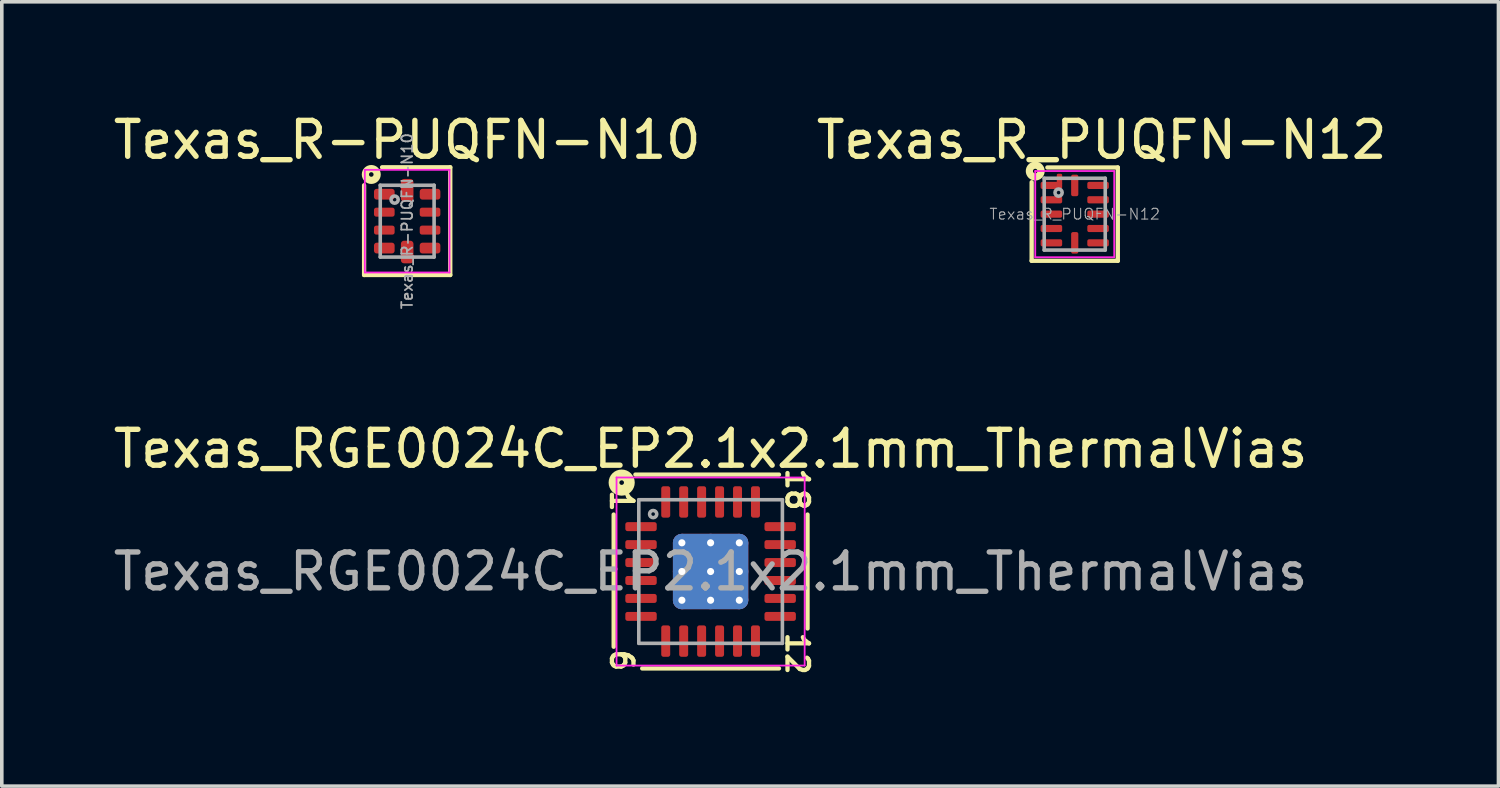
<source format=kicad_pcb>
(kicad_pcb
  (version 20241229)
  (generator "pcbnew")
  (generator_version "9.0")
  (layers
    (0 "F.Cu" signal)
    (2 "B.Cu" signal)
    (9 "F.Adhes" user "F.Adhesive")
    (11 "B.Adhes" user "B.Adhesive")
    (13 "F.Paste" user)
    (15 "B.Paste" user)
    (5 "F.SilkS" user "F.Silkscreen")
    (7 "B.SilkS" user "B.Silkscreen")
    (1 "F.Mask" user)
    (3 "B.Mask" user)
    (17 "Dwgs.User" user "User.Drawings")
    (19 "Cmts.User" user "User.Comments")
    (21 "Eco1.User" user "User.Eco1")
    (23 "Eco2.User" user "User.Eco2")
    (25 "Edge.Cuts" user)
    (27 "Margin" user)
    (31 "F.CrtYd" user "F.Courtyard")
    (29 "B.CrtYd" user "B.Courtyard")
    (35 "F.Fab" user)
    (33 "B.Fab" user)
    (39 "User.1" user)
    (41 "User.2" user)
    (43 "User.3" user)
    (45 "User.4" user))
  (footprint "Texas_R_PUQFN-N12"
    (layer "F.Cu")
    (at 26.887 2.915)
    (property "Reference" "Texas_R_PUQFN-N12" (at 0.75 -2.067 0) (layer "F.SilkS") (effects (font (size 1 1) (thickness 0.15))))
    (attr smd)
    (fp_line (start -1.2 -0.889) (end -1.2 1.3) (stroke (width 0.12) (type solid)) (layer "F.SilkS"))
    (fp_line (start -1.2 1.3) (end 1.2 1.3) (stroke (width 0.12) (type solid)) (layer "F.SilkS"))
    (fp_line (start 1.2 -1.3) (end -0.762 -1.3) (stroke (width 0.12) (type solid)) (layer "F.SilkS"))
    (fp_line (start 1.2 1.3) (end 1.2 -1.3) (stroke (width 0.12) (type solid)) (layer "F.SilkS"))
    (fp_circle (center -1.1 -1.2) (end -1.036 -1.2) (stroke (width 0.2) (type solid)) (fill no) (layer "F.SilkS"))
    (fp_line (start -1.1 -1.2) (end 1.1 -1.2) (stroke (width 0.05) (type solid)) (layer "F.CrtYd"))
    (fp_line (start -1.1 1.2) (end -1.1 -1.2) (stroke (width 0.05) (type solid)) (layer "F.CrtYd"))
    (fp_line (start 1.1 -1.2) (end 1.1 1.2) (stroke (width 0.05) (type solid)) (layer "F.CrtYd"))
    (fp_line (start 1.1 1.2) (end -1.1 1.2) (stroke (width 0.05) (type solid)) (layer "F.CrtYd"))
    (fp_line (start -0.85 -1) (end 0.85 -1) (stroke (width 0.1) (type solid)) (layer "F.Fab"))
    (fp_line (start -0.85 1) (end -0.85 -1) (stroke (width 0.1) (type solid)) (layer "F.Fab"))
    (fp_line (start 0.85 -1) (end 0.85 1) (stroke (width 0.1) (type solid)) (layer "F.Fab"))
    (fp_line (start 0.85 1) (end -0.85 1) (stroke (width 0.1) (type solid)) (layer "F.Fab"))
    (fp_circle (center -0.45 -0.6) (end -0.35 -0.6) (stroke (width 0.1) (type solid)) (fill no) (layer "F.Fab"))
    (fp_text user "${REFERENCE}" (at 0 0 0) (layer "F.Fab") (effects (font (size 0.3 0.3) (thickness 0.03))))
    (pad "1" smd roundrect (at -0.65 -0.8 270) (size 0.2 0.6) (layers "F.Cu" "F.Mask" "F.Paste") (roundrect_rratio 0.25))
    (pad "1" smd roundrect (at -0.425 -0.975) (size 0.15 0.3) (layers "F.Cu" "F.Mask" "F.Paste") (roundrect_rratio 0.25))
    (pad "2" smd roundrect (at -0.65 -0.4 270) (size 0.2 0.6) (layers "F.Cu" "F.Mask" "F.Paste") (roundrect_rratio 0.25))
    (pad "3" smd roundrect (at -0.65 0 270) (size 0.2 0.6) (layers "F.Cu" "F.Mask" "F.Paste") (roundrect_rratio 0.25))
    (pad "4" smd roundrect (at -0.65 0.4 270) (size 0.2 0.6) (layers "F.Cu" "F.Mask" "F.Paste") (roundrect_rratio 0.25))
    (pad "5" smd roundrect (at -0.65 0.8 270) (size 0.2 0.6) (layers "F.Cu" "F.Mask" "F.Paste") (roundrect_rratio 0.25))
    (pad "6" smd roundrect (at 0 0.8 270) (size 0.6 0.2) (layers "F.Cu" "F.Mask" "F.Paste") (roundrect_rratio 0.25))
    (pad "7" smd roundrect (at 0.65 0.8 270) (size 0.2 0.6) (layers "F.Cu" "F.Mask" "F.Paste") (roundrect_rratio 0.25))
    (pad "8" smd roundrect (at 0.65 0.4 270) (size 0.2 0.6) (layers "F.Cu" "F.Mask" "F.Paste") (roundrect_rratio 0.25))
    (pad "9" smd roundrect (at 0.65 0 270) (size 0.2 0.6) (layers "F.Cu" "F.Mask" "F.Paste") (roundrect_rratio 0.25))
    (pad "10" smd roundrect (at 0.65 -0.4 270) (size 0.2 0.6) (layers "F.Cu" "F.Mask" "F.Paste") (roundrect_rratio 0.25))
    (pad "11" smd roundrect (at 0.65 -0.8 270) (size 0.2 0.6) (layers "F.Cu" "F.Mask" "F.Paste") (roundrect_rratio 0.25))
    (pad "12" smd roundrect (at 0 -0.8 270) (size 0.6 0.2) (layers "F.Cu" "F.Mask" "F.Paste") (roundrect_rratio 0.25)))
  (footprint "Texas_RGE0024C_EP2.1x2.1mm_ThermalVias"
    (layer "F.Cu")
    (at 16.744 12.87)
    (property "Reference" "Texas_RGE0024C_EP2.1x2.1mm_ThermalVias" (at 0 -3.417 0) (layer "F.SilkS") (effects (font (size 1 1) (thickness 0.15))))
    (attr smd)
    (fp_line (start -2.7 -1.587) (end -2.7 2.095) (stroke (width 0.12) (type solid)) (layer "F.SilkS"))
    (fp_line (start -1.905 2.7) (end 1.905 2.7) (stroke (width 0.12) (type solid)) (layer "F.SilkS"))
    (fp_line (start 1.905 -2.7) (end -2.095 -2.7) (stroke (width 0.12) (type solid)) (layer "F.SilkS"))
    (fp_line (start 2.7 1.587) (end 2.7 -1.587) (stroke (width 0.12) (type solid)) (layer "F.SilkS"))
    (fp_circle (center -2.477 -2.477) (end -2.413 -2.477) (stroke (width 0.3) (type solid)) (fill no) (layer "F.SilkS"))
    (fp_line (start -2.62 -2.62) (end -2.62 2.62) (stroke (width 0.05) (type solid)) (layer "F.CrtYd"))
    (fp_line (start -2.62 2.62) (end 2.62 2.62) (stroke (width 0.05) (type solid)) (layer "F.CrtYd"))
    (fp_line (start 2.62 -2.62) (end -2.62 -2.62) (stroke (width 0.05) (type solid)) (layer "F.CrtYd"))
    (fp_line (start 2.62 2.62) (end 2.62 -2.62) (stroke (width 0.05) (type solid)) (layer "F.CrtYd"))
    (fp_line (start -2 -2) (end 2 -2) (stroke (width 0.1) (type solid)) (layer "F.Fab"))
    (fp_line (start -2 2) (end -2 -2) (stroke (width 0.1) (type solid)) (layer "F.Fab"))
    (fp_line (start 2 -2) (end 2 2) (stroke (width 0.1) (type solid)) (layer "F.Fab"))
    (fp_line (start 2 2) (end -2 2) (stroke (width 0.1) (type solid)) (layer "F.Fab"))
    (fp_circle (center -1.6 -1.6) (end -1.5 -1.6) (stroke (width 0.1) (type solid)) (fill no) (layer "F.Fab"))
    (fp_text user "1" (at -2.477 -1.968 270) (unlocked yes) (layer "F.SilkS") (effects (font (size 0.6 0.6) (thickness 0.12))))
    (fp_text user "12" (at 2.413 2.286 270) (unlocked yes) (layer "F.SilkS") (effects (font (size 0.6 0.6) (thickness 0.12))))
    (fp_text user "18" (at 2.413 -2.286 270) (unlocked yes) (layer "F.SilkS") (effects (font (size 0.6 0.6) (thickness 0.12))))
    (fp_text user "6" (at -2.477 2.477 270) (unlocked yes) (layer "F.SilkS") (effects (font (size 0.6 0.6) (thickness 0.12))))
    (fp_text user "${REFERENCE}" (at 0 0 0) (layer "F.Fab") (effects (font (size 1 1) (thickness 0.15))))
    (pad "" smd roundrect (at -0.525 -0.525) (size 0.85 0.85) (layers "F.Paste") (roundrect_rratio 0.25))
    (pad "" smd roundrect (at -0.525 0.525) (size 0.85 0.85) (layers "F.Paste") (roundrect_rratio 0.25))
    (pad "" smd roundrect (at 0.525 -0.525) (size 0.85 0.85) (layers "F.Paste") (roundrect_rratio 0.25))
    (pad "" smd roundrect (at 0.525 0.525) (size 0.85 0.85) (layers "F.Paste") (roundrect_rratio 0.25))
    (pad "1" smd roundrect (at -1.938 -1.25) (size 0.875 0.25) (layers "F.Cu" "F.Mask" "F.Paste") (roundrect_rratio 0.25))
    (pad "2" smd roundrect (at -1.938 -0.75) (size 0.875 0.25) (layers "F.Cu" "F.Mask" "F.Paste") (roundrect_rratio 0.25))
    (pad "3" smd roundrect (at -1.938 -0.25) (size 0.875 0.25) (layers "F.Cu" "F.Mask" "F.Paste") (roundrect_rratio 0.25))
    (pad "4" smd roundrect (at -1.938 0.25) (size 0.875 0.25) (layers "F.Cu" "F.Mask" "F.Paste") (roundrect_rratio 0.25))
    (pad "5" smd roundrect (at -1.938 0.75) (size 0.875 0.25) (layers "F.Cu" "F.Mask" "F.Paste") (roundrect_rratio 0.25))
    (pad "6" smd roundrect (at -1.938 1.25) (size 0.875 0.25) (layers "F.Cu" "F.Mask" "F.Paste") (roundrect_rratio 0.25))
    (pad "7" smd roundrect (at -1.25 1.938) (size 0.25 0.875) (layers "F.Cu" "F.Mask" "F.Paste") (roundrect_rratio 0.25))
    (pad "8" smd roundrect (at -0.75 1.938) (size 0.25 0.875) (layers "F.Cu" "F.Mask" "F.Paste") (roundrect_rratio 0.25))
    (pad "9" smd roundrect (at -0.25 1.938) (size 0.25 0.875) (layers "F.Cu" "F.Mask" "F.Paste") (roundrect_rratio 0.25))
    (pad "10" smd roundrect (at 0.25 1.938) (size 0.25 0.875) (layers "F.Cu" "F.Mask" "F.Paste") (roundrect_rratio 0.25))
    (pad "11" smd roundrect (at 0.75 1.938) (size 0.25 0.875) (layers "F.Cu" "F.Mask" "F.Paste") (roundrect_rratio 0.25))
    (pad "12" smd roundrect (at 1.25 1.938) (size 0.25 0.875) (layers "F.Cu" "F.Mask" "F.Paste") (roundrect_rratio 0.25))
    (pad "13" smd roundrect (at 1.938 1.25) (size 0.875 0.25) (layers "F.Cu" "F.Mask" "F.Paste") (roundrect_rratio 0.25))
    (pad "14" smd roundrect (at 1.938 0.75) (size 0.875 0.25) (layers "F.Cu" "F.Mask" "F.Paste") (roundrect_rratio 0.25))
    (pad "15" smd roundrect (at 1.938 0.25) (size 0.875 0.25) (layers "F.Cu" "F.Mask" "F.Paste") (roundrect_rratio 0.25))
    (pad "16" smd roundrect (at 1.938 -0.25) (size 0.875 0.25) (layers "F.Cu" "F.Mask" "F.Paste") (roundrect_rratio 0.25))
    (pad "17" smd roundrect (at 1.938 -0.75) (size 0.875 0.25) (layers "F.Cu" "F.Mask" "F.Paste") (roundrect_rratio 0.25))
    (pad "18" smd roundrect (at 1.938 -1.25) (size 0.875 0.25) (layers "F.Cu" "F.Mask" "F.Paste") (roundrect_rratio 0.25))
    (pad "19" smd roundrect (at 1.25 -1.938) (size 0.25 0.875) (layers "F.Cu" "F.Mask" "F.Paste") (roundrect_rratio 0.25))
    (pad "20" smd roundrect (at 0.75 -1.938) (size 0.25 0.875) (layers "F.Cu" "F.Mask" "F.Paste") (roundrect_rratio 0.25))
    (pad "21" smd roundrect (at 0.25 -1.938) (size 0.25 0.875) (layers "F.Cu" "F.Mask" "F.Paste") (roundrect_rratio 0.25))
    (pad "22" smd roundrect (at -0.25 -1.938) (size 0.25 0.875) (layers "F.Cu" "F.Mask" "F.Paste") (roundrect_rratio 0.25))
    (pad "23" smd roundrect (at -0.75 -1.938) (size 0.25 0.875) (layers "F.Cu" "F.Mask" "F.Paste") (roundrect_rratio 0.25))
    (pad "24" smd roundrect (at -1.25 -1.938) (size 0.25 0.875) (layers "F.Cu" "F.Mask" "F.Paste") (roundrect_rratio 0.25))
    (pad "25" thru_hole circle (at -0.8 -0.8) (size 0.5 0.5) (drill 0.2) (property pad_prop_heatsink) (layers "*.Cu"))
    (pad "25" thru_hole circle (at -0.8 0) (size 0.5 0.5) (drill 0.2) (property pad_prop_heatsink) (layers "*.Cu"))
    (pad "25" thru_hole circle (at -0.8 0.8) (size 0.5 0.5) (drill 0.2) (property pad_prop_heatsink) (layers "*.Cu"))
    (pad "25" thru_hole circle (at 0 -0.8) (size 0.5 0.5) (drill 0.2) (property pad_prop_heatsink) (layers "*.Cu"))
    (pad "25" thru_hole circle (at 0 0) (size 0.5 0.5) (drill 0.2) (property pad_prop_heatsink) (layers "*.Cu"))
    (pad "25" smd roundrect (at 0 0) (size 2.1 2.1) (layers "F.Cu" "F.Mask") (roundrect_rratio 0.119))
    (pad "25" smd roundrect (at 0 0) (size 2.1 2.1) (layers "B.Cu" "B.Mask") (roundrect_rratio 0.119))
    (pad "25" thru_hole circle (at 0 0.8) (size 0.5 0.5) (drill 0.2) (property pad_prop_heatsink) (layers "*.Cu"))
    (pad "25" thru_hole circle (at 0.8 -0.8) (size 0.5 0.5) (drill 0.2) (property pad_prop_heatsink) (layers "*.Cu"))
    (pad "25" thru_hole circle (at 0.8 0) (size 0.5 0.5) (drill 0.2) (property pad_prop_heatsink) (layers "*.Cu"))
    (pad "25" thru_hole circle (at 0.8 0.8) (size 0.5 0.5) (drill 0.2) (property pad_prop_heatsink) (layers "*.Cu")))
  (footprint "Texas_R-PUQFN-N10"
    (layer "F.Cu")
    (at 8.292 3.11)
    (property "Reference" "Texas_R-PUQFN-N10" (at 0 -2.262 0) (layer "F.SilkS") (effects (font (size 1 1) (thickness 0.15))))
    (attr smd)
    (fp_line (start -1.2 -1) (end -1.2 1.5) (stroke (width 0.12) (type solid)) (layer "F.SilkS"))
    (fp_line (start -1.2 1.5) (end 1.2 1.5) (stroke (width 0.12) (type solid)) (layer "F.SilkS"))
    (fp_line (start 1.2 -1.5) (end -0.699 -1.5) (stroke (width 0.12) (type solid)) (layer "F.SilkS"))
    (fp_line (start 1.2 1.5) (end 1.2 -1.5) (stroke (width 0.12) (type solid)) (layer "F.SilkS"))
    (fp_circle (center -1 -1.3) (end -0.936 -1.3) (stroke (width 0.2) (type solid)) (fill no) (layer "F.SilkS"))
    (fp_line (start -1.18 -1.43) (end 1.18 -1.43) (stroke (width 0.05) (type solid)) (layer "F.CrtYd"))
    (fp_line (start -1.18 1.43) (end -1.18 -1.43) (stroke (width 0.05) (type solid)) (layer "F.CrtYd"))
    (fp_line (start 1.18 -1.43) (end 1.18 1.43) (stroke (width 0.05) (type solid)) (layer "F.CrtYd"))
    (fp_line (start 1.18 1.43) (end -1.18 1.43) (stroke (width 0.05) (type solid)) (layer "F.CrtYd"))
    (fp_line (start -0.75 -1) (end 0.75 -1) (stroke (width 0.1) (type solid)) (layer "F.Fab"))
    (fp_line (start -0.75 1) (end -0.75 -1) (stroke (width 0.1) (type solid)) (layer "F.Fab"))
    (fp_line (start 0.75 -1) (end 0.75 1) (stroke (width 0.1) (type solid)) (layer "F.Fab"))
    (fp_line (start 0.75 1) (end -0.75 1) (stroke (width 0.1) (type solid)) (layer "F.Fab"))
    (fp_circle (center -0.35 -0.6) (end -0.25 -0.6) (stroke (width 0.1) (type solid)) (fill no) (layer "F.Fab"))
    (fp_text user "${REFERENCE}" (at 0 0 270) (layer "F.Fab") (effects (font (size 0.3 0.3) (thickness 0.05))))
    (pad "1" smd roundrect (at -0.35 -0.75 270) (size 0.3 0.575) (drill (offset 0 0.287)) (layers "F.Cu" "F.Mask" "F.Paste") (roundrect_rratio 0.25))
    (pad "2" smd roundrect (at -0.35 -0.25 270) (size 0.25 0.575) (drill (offset 0 0.287)) (layers "F.Cu" "F.Mask" "F.Paste") (roundrect_rratio 0.25))
    (pad "3" smd roundrect (at -0.35 0.25 270) (size 0.25 0.575) (drill (offset 0 0.287)) (layers "F.Cu" "F.Mask" "F.Paste") (roundrect_rratio 0.25))
    (pad "4" smd roundrect (at -0.35 0.75 270) (size 0.3 0.575) (drill (offset 0 0.287)) (layers "F.Cu" "F.Mask" "F.Paste") (roundrect_rratio 0.25))
    (pad "5" smd roundrect (at 0 1.175 90) (size 0.63 0.35) (drill (offset 0.315 0)) (layers "F.Cu" "F.Mask" "F.Paste") (roundrect_rratio 0.25))
    (pad "6" smd roundrect (at 0.35 0.75 90) (size 0.3 0.575) (drill (offset 0 0.287)) (layers "F.Cu" "F.Mask" "F.Paste") (roundrect_rratio 0.25))
    (pad "7" smd roundrect (at 0.35 0.25 90) (size 0.25 0.575) (drill (offset 0 0.287)) (layers "F.Cu" "F.Mask" "F.Paste") (roundrect_rratio 0.25))
    (pad "8" smd roundrect (at 0.35 -0.25 90) (size 0.25 0.575) (drill (offset 0 0.287)) (layers "F.Cu" "F.Mask" "F.Paste") (roundrect_rratio 0.25))
    (pad "9" smd roundrect (at 0.35 -0.75 90) (size 0.3 0.575) (drill (offset 0 0.287)) (layers "F.Cu" "F.Mask" "F.Paste") (roundrect_rratio 0.25))
    (pad "10" smd roundrect (at 0 -1.175 270) (size 0.63 0.35) (drill (offset 0.315 0)) (layers "F.Cu" "F.Mask" "F.Paste") (roundrect_rratio 0.25)))
  (gr_rect
    (start -3 -3)
    (end 38.69 18.847)
    (stroke (width 0.1) (type default))
    (fill no)
    (layer "Edge.Cuts")))
</source>
